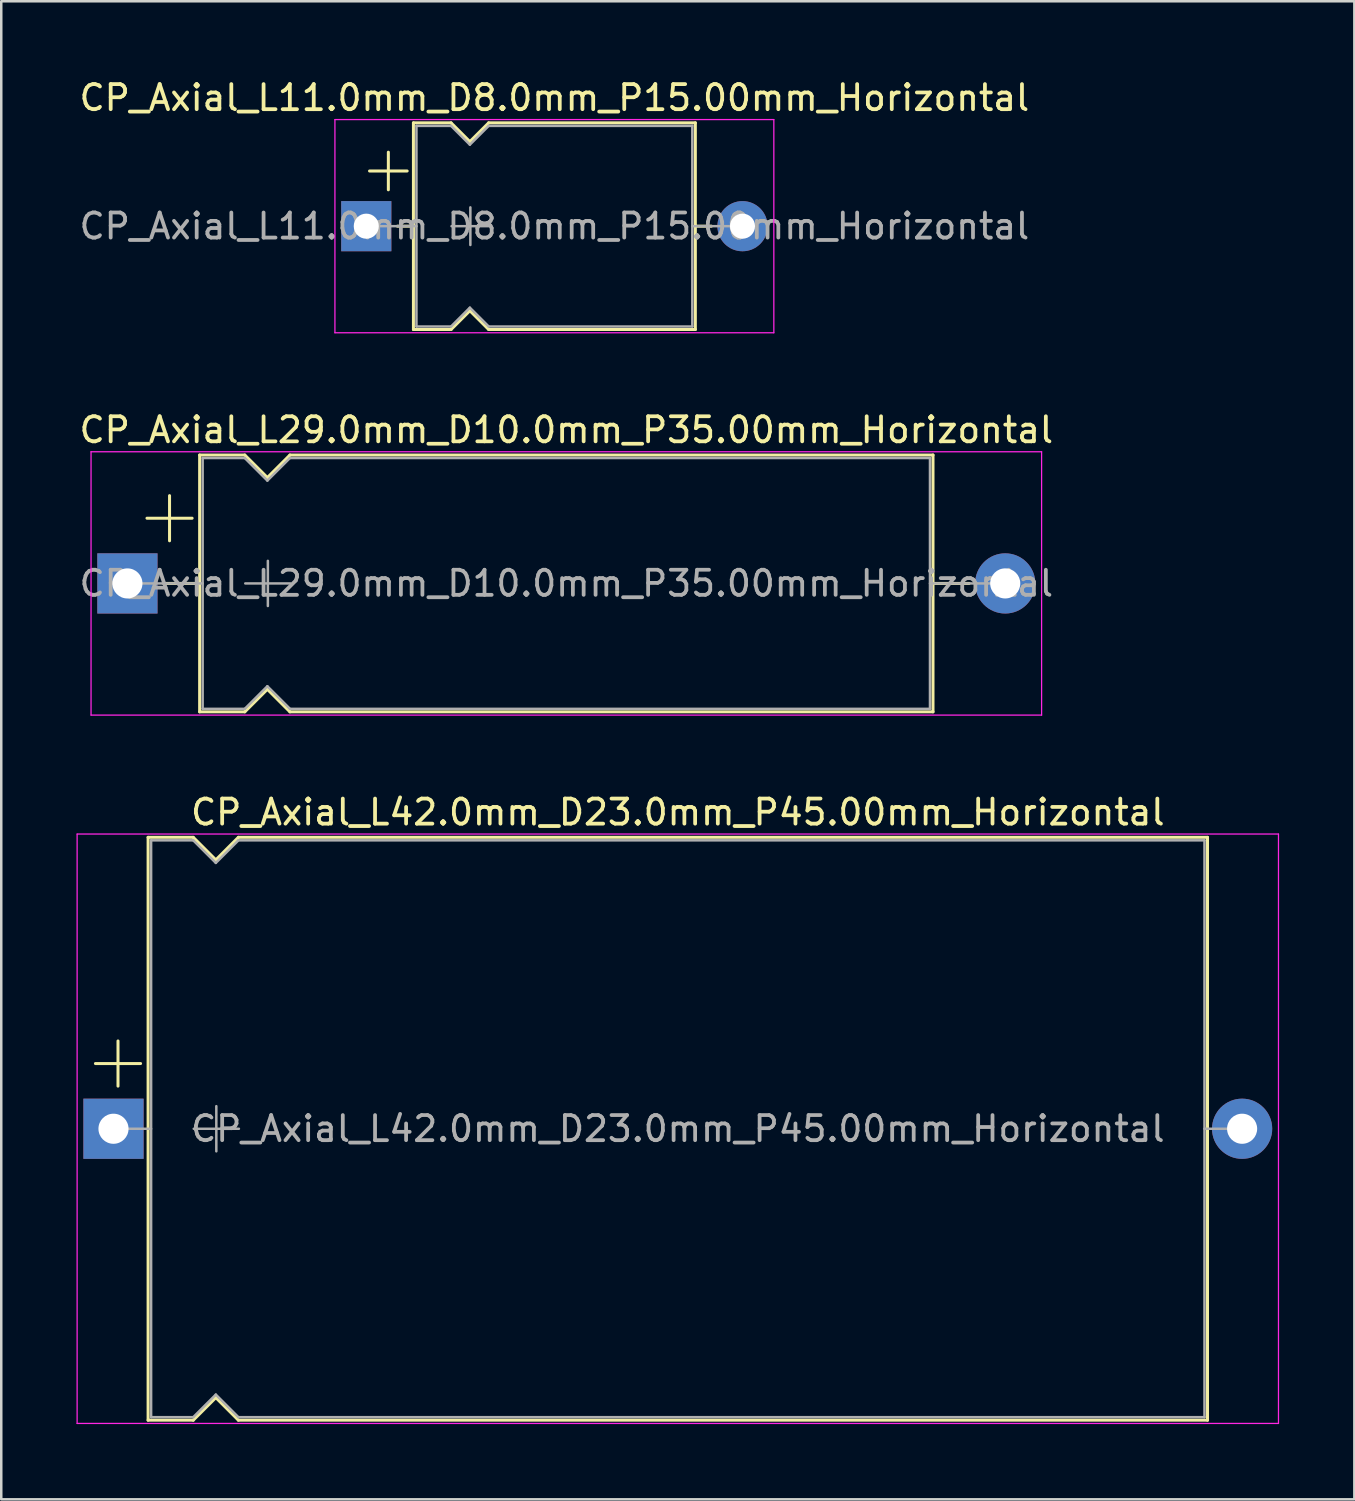
<source format=kicad_pcb>
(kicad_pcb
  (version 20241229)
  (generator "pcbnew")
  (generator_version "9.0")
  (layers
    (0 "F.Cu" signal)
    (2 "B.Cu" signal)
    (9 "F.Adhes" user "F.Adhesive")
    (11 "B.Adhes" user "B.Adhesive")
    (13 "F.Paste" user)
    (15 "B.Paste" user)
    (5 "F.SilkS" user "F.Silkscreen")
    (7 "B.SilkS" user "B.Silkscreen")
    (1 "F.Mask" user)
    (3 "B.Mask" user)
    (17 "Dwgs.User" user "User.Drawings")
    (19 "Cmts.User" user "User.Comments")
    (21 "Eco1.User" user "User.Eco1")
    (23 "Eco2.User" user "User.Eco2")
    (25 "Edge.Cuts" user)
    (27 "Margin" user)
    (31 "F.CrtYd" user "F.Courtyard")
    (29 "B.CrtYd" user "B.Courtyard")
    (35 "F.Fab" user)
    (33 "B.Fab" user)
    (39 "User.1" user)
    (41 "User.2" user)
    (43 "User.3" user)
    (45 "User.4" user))
  (footprint "CP_Axial_L42.0mm_D23.0mm_P45.00mm_Horizontal"
    (layer "F.Cu")
    (at 1.475 41.955)
    (property "Reference" "CP_Axial_L42.0mm_D23.0mm_P45.00mm_Horizontal" (at 22.5 -12.62 0) (layer "F.SilkS") (effects (font (size 1 1) (thickness 0.15))))
    (attr through_hole)
    (fp_line (start -0.72 -2.6) (end 1.08 -2.6) (stroke (width 0.12) (type solid)) (layer "F.SilkS"))
    (fp_line (start 0.18 -3.5) (end 0.18 -1.7) (stroke (width 0.12) (type solid)) (layer "F.SilkS"))
    (fp_line (start 1.38 -11.62) (end 1.38 11.62) (stroke (width 0.12) (type solid)) (layer "F.SilkS"))
    (fp_line (start 1.38 -11.62) (end 3.18 -11.62) (stroke (width 0.12) (type solid)) (layer "F.SilkS"))
    (fp_line (start 1.38 11.62) (end 3.18 11.62) (stroke (width 0.12) (type solid)) (layer "F.SilkS"))
    (fp_line (start 3.18 -11.62) (end 4.08 -10.72) (stroke (width 0.12) (type solid)) (layer "F.SilkS"))
    (fp_line (start 3.18 11.62) (end 4.08 10.72) (stroke (width 0.12) (type solid)) (layer "F.SilkS"))
    (fp_line (start 4.08 -10.72) (end 4.98 -11.62) (stroke (width 0.12) (type solid)) (layer "F.SilkS"))
    (fp_line (start 4.08 10.72) (end 4.98 11.62) (stroke (width 0.12) (type solid)) (layer "F.SilkS"))
    (fp_line (start 4.98 -11.62) (end 43.62 -11.62) (stroke (width 0.12) (type solid)) (layer "F.SilkS"))
    (fp_line (start 4.98 11.62) (end 43.62 11.62) (stroke (width 0.12) (type solid)) (layer "F.SilkS"))
    (fp_line (start 43.62 -11.62) (end 43.62 11.62) (stroke (width 0.12) (type solid)) (layer "F.SilkS"))
    (fp_line (start -1.45 -11.75) (end -1.45 11.75) (stroke (width 0.05) (type solid)) (layer "F.CrtYd"))
    (fp_line (start -1.45 11.75) (end 46.45 11.75) (stroke (width 0.05) (type solid)) (layer "F.CrtYd"))
    (fp_line (start 46.45 -11.75) (end -1.45 -11.75) (stroke (width 0.05) (type solid)) (layer "F.CrtYd"))
    (fp_line (start 46.45 11.75) (end 46.45 -11.75) (stroke (width 0.05) (type solid)) (layer "F.CrtYd"))
    (fp_line (start 0 0) (end 1.5 0) (stroke (width 0.1) (type solid)) (layer "F.Fab"))
    (fp_line (start 1.5 -11.5) (end 1.5 11.5) (stroke (width 0.1) (type solid)) (layer "F.Fab"))
    (fp_line (start 1.5 -11.5) (end 3.18 -11.5) (stroke (width 0.1) (type solid)) (layer "F.Fab"))
    (fp_line (start 1.5 11.5) (end 3.18 11.5) (stroke (width 0.1) (type solid)) (layer "F.Fab"))
    (fp_line (start 3.18 -11.5) (end 4.08 -10.6) (stroke (width 0.1) (type solid)) (layer "F.Fab"))
    (fp_line (start 3.18 11.5) (end 4.08 10.6) (stroke (width 0.1) (type solid)) (layer "F.Fab"))
    (fp_line (start 3.2 0) (end 5 0) (stroke (width 0.1) (type solid)) (layer "F.Fab"))
    (fp_line (start 4.08 -10.6) (end 4.98 -11.5) (stroke (width 0.1) (type solid)) (layer "F.Fab"))
    (fp_line (start 4.08 10.6) (end 4.98 11.5) (stroke (width 0.1) (type solid)) (layer "F.Fab"))
    (fp_line (start 4.1 -0.9) (end 4.1 0.9) (stroke (width 0.1) (type solid)) (layer "F.Fab"))
    (fp_line (start 4.98 -11.5) (end 43.5 -11.5) (stroke (width 0.1) (type solid)) (layer "F.Fab"))
    (fp_line (start 4.98 11.5) (end 43.5 11.5) (stroke (width 0.1) (type solid)) (layer "F.Fab"))
    (fp_line (start 43.5 -11.5) (end 43.5 11.5) (stroke (width 0.1) (type solid)) (layer "F.Fab"))
    (fp_line (start 45 0) (end 43.5 0) (stroke (width 0.1) (type solid)) (layer "F.Fab"))
    (fp_text user "${REFERENCE}" (at 22.5 0 0) (layer "F.Fab") (effects (font (size 1 1) (thickness 0.15))))
    (pad "1" thru_hole rect (at 0 0) (size 2.4 2.4) (drill 1.2) (layers "*.Cu" "*.Mask"))
    (pad "2" thru_hole oval (at 45 0) (size 2.4 2.4) (drill 1.2) (layers "*.Cu" "*.Mask")))
  (footprint "CP_Axial_L29.0mm_D10.0mm_P35.00mm_Horizontal"
    (layer "F.Cu")
    (at 2.03 20.212)
    (property "Reference" "CP_Axial_L29.0mm_D10.0mm_P35.00mm_Horizontal" (at 17.5 -6.12 0) (layer "F.SilkS") (effects (font (size 1 1) (thickness 0.15))))
    (attr through_hole)
    (fp_line (start 0.78 -2.6) (end 2.58 -2.6) (stroke (width 0.12) (type solid)) (layer "F.SilkS"))
    (fp_line (start 1.44 0) (end 2.88 0) (stroke (width 0.12) (type solid)) (layer "F.SilkS"))
    (fp_line (start 1.68 -3.5) (end 1.68 -1.7) (stroke (width 0.12) (type solid)) (layer "F.SilkS"))
    (fp_line (start 2.88 -5.12) (end 2.88 5.12) (stroke (width 0.12) (type solid)) (layer "F.SilkS"))
    (fp_line (start 2.88 -5.12) (end 4.68 -5.12) (stroke (width 0.12) (type solid)) (layer "F.SilkS"))
    (fp_line (start 2.88 5.12) (end 4.68 5.12) (stroke (width 0.12) (type solid)) (layer "F.SilkS"))
    (fp_line (start 4.68 -5.12) (end 5.58 -4.22) (stroke (width 0.12) (type solid)) (layer "F.SilkS"))
    (fp_line (start 4.68 5.12) (end 5.58 4.22) (stroke (width 0.12) (type solid)) (layer "F.SilkS"))
    (fp_line (start 5.58 -4.22) (end 6.48 -5.12) (stroke (width 0.12) (type solid)) (layer "F.SilkS"))
    (fp_line (start 5.58 4.22) (end 6.48 5.12) (stroke (width 0.12) (type solid)) (layer "F.SilkS"))
    (fp_line (start 6.48 -5.12) (end 32.12 -5.12) (stroke (width 0.12) (type solid)) (layer "F.SilkS"))
    (fp_line (start 6.48 5.12) (end 32.12 5.12) (stroke (width 0.12) (type solid)) (layer "F.SilkS"))
    (fp_line (start 32.12 -5.12) (end 32.12 5.12) (stroke (width 0.12) (type solid)) (layer "F.SilkS"))
    (fp_line (start 33.56 0) (end 32.12 0) (stroke (width 0.12) (type solid)) (layer "F.SilkS"))
    (fp_line (start -1.45 -5.25) (end -1.45 5.25) (stroke (width 0.05) (type solid)) (layer "F.CrtYd"))
    (fp_line (start -1.45 5.25) (end 36.45 5.25) (stroke (width 0.05) (type solid)) (layer "F.CrtYd"))
    (fp_line (start 36.45 -5.25) (end -1.45 -5.25) (stroke (width 0.05) (type solid)) (layer "F.CrtYd"))
    (fp_line (start 36.45 5.25) (end 36.45 -5.25) (stroke (width 0.05) (type solid)) (layer "F.CrtYd"))
    (fp_line (start 0 0) (end 3 0) (stroke (width 0.1) (type solid)) (layer "F.Fab"))
    (fp_line (start 3 -5) (end 3 5) (stroke (width 0.1) (type solid)) (layer "F.Fab"))
    (fp_line (start 3 -5) (end 4.68 -5) (stroke (width 0.1) (type solid)) (layer "F.Fab"))
    (fp_line (start 3 5) (end 4.68 5) (stroke (width 0.1) (type solid)) (layer "F.Fab"))
    (fp_line (start 4.68 -5) (end 5.58 -4.1) (stroke (width 0.1) (type solid)) (layer "F.Fab"))
    (fp_line (start 4.68 5) (end 5.58 4.1) (stroke (width 0.1) (type solid)) (layer "F.Fab"))
    (fp_line (start 4.7 0) (end 6.5 0) (stroke (width 0.1) (type solid)) (layer "F.Fab"))
    (fp_line (start 5.58 -4.1) (end 6.48 -5) (stroke (width 0.1) (type solid)) (layer "F.Fab"))
    (fp_line (start 5.58 4.1) (end 6.48 5) (stroke (width 0.1) (type solid)) (layer "F.Fab"))
    (fp_line (start 5.6 -0.9) (end 5.6 0.9) (stroke (width 0.1) (type solid)) (layer "F.Fab"))
    (fp_line (start 6.48 -5) (end 32 -5) (stroke (width 0.1) (type solid)) (layer "F.Fab"))
    (fp_line (start 6.48 5) (end 32 5) (stroke (width 0.1) (type solid)) (layer "F.Fab"))
    (fp_line (start 32 -5) (end 32 5) (stroke (width 0.1) (type solid)) (layer "F.Fab"))
    (fp_line (start 35 0) (end 32 0) (stroke (width 0.1) (type solid)) (layer "F.Fab"))
    (fp_text user "${REFERENCE}" (at 17.5 0 0) (layer "F.Fab") (effects (font (size 1 1) (thickness 0.15))))
    (pad "1" thru_hole rect (at 0 0) (size 2.4 2.4) (drill 1.2) (layers "*.Cu" "*.Mask"))
    (pad "2" thru_hole oval (at 35 0) (size 2.4 2.4) (drill 1.2) (layers "*.Cu" "*.Mask")))
  (footprint "CP_Axial_L11.0mm_D8.0mm_P15.00mm_Horizontal"
    (layer "F.Cu")
    (at 11.554 5.968)
    (property "Reference" "CP_Axial_L11.0mm_D8.0mm_P15.00mm_Horizontal" (at 7.5 -5.12 0) (layer "F.SilkS") (effects (font (size 1 1) (thickness 0.15))))
    (attr through_hole)
    (fp_line (start 0.13 -2.2) (end 1.63 -2.2) (stroke (width 0.12) (type solid)) (layer "F.SilkS"))
    (fp_line (start 0.88 -2.95) (end 0.88 -1.45) (stroke (width 0.12) (type solid)) (layer "F.SilkS"))
    (fp_line (start 1.24 0) (end 1.88 0) (stroke (width 0.12) (type solid)) (layer "F.SilkS"))
    (fp_line (start 1.88 -4.12) (end 1.88 4.12) (stroke (width 0.12) (type solid)) (layer "F.SilkS"))
    (fp_line (start 1.88 -4.12) (end 3.38 -4.12) (stroke (width 0.12) (type solid)) (layer "F.SilkS"))
    (fp_line (start 1.88 4.12) (end 3.38 4.12) (stroke (width 0.12) (type solid)) (layer "F.SilkS"))
    (fp_line (start 3.38 -4.12) (end 4.13 -3.37) (stroke (width 0.12) (type solid)) (layer "F.SilkS"))
    (fp_line (start 3.38 4.12) (end 4.13 3.37) (stroke (width 0.12) (type solid)) (layer "F.SilkS"))
    (fp_line (start 4.13 -3.37) (end 4.88 -4.12) (stroke (width 0.12) (type solid)) (layer "F.SilkS"))
    (fp_line (start 4.13 3.37) (end 4.88 4.12) (stroke (width 0.12) (type solid)) (layer "F.SilkS"))
    (fp_line (start 4.88 -4.12) (end 13.12 -4.12) (stroke (width 0.12) (type solid)) (layer "F.SilkS"))
    (fp_line (start 4.88 4.12) (end 13.12 4.12) (stroke (width 0.12) (type solid)) (layer "F.SilkS"))
    (fp_line (start 13.12 -4.12) (end 13.12 4.12) (stroke (width 0.12) (type solid)) (layer "F.SilkS"))
    (fp_line (start 13.76 0) (end 13.12 0) (stroke (width 0.12) (type solid)) (layer "F.SilkS"))
    (fp_line (start -1.25 -4.25) (end -1.25 4.25) (stroke (width 0.05) (type solid)) (layer "F.CrtYd"))
    (fp_line (start -1.25 4.25) (end 16.25 4.25) (stroke (width 0.05) (type solid)) (layer "F.CrtYd"))
    (fp_line (start 16.25 -4.25) (end -1.25 -4.25) (stroke (width 0.05) (type solid)) (layer "F.CrtYd"))
    (fp_line (start 16.25 4.25) (end 16.25 -4.25) (stroke (width 0.05) (type solid)) (layer "F.CrtYd"))
    (fp_line (start 0 0) (end 2 0) (stroke (width 0.1) (type solid)) (layer "F.Fab"))
    (fp_line (start 2 -4) (end 2 4) (stroke (width 0.1) (type solid)) (layer "F.Fab"))
    (fp_line (start 2 -4) (end 3.38 -4) (stroke (width 0.1) (type solid)) (layer "F.Fab"))
    (fp_line (start 2 4) (end 3.38 4) (stroke (width 0.1) (type solid)) (layer "F.Fab"))
    (fp_line (start 3.38 -4) (end 4.13 -3.25) (stroke (width 0.1) (type solid)) (layer "F.Fab"))
    (fp_line (start 3.38 4) (end 4.13 3.25) (stroke (width 0.1) (type solid)) (layer "F.Fab"))
    (fp_line (start 3.4 0) (end 4.9 0) (stroke (width 0.1) (type solid)) (layer "F.Fab"))
    (fp_line (start 4.13 -3.25) (end 4.88 -4) (stroke (width 0.1) (type solid)) (layer "F.Fab"))
    (fp_line (start 4.13 3.25) (end 4.88 4) (stroke (width 0.1) (type solid)) (layer "F.Fab"))
    (fp_line (start 4.15 -0.75) (end 4.15 0.75) (stroke (width 0.1) (type solid)) (layer "F.Fab"))
    (fp_line (start 4.88 -4) (end 13 -4) (stroke (width 0.1) (type solid)) (layer "F.Fab"))
    (fp_line (start 4.88 4) (end 13 4) (stroke (width 0.1) (type solid)) (layer "F.Fab"))
    (fp_line (start 13 -4) (end 13 4) (stroke (width 0.1) (type solid)) (layer "F.Fab"))
    (fp_line (start 15 0) (end 13 0) (stroke (width 0.1) (type solid)) (layer "F.Fab"))
    (fp_text user "${REFERENCE}" (at 7.5 0 0) (layer "F.Fab") (effects (font (size 1 1) (thickness 0.15))))
    (pad "1" thru_hole rect (at 0 0) (size 2 2) (drill 1) (layers "*.Cu" "*.Mask"))
    (pad "2" thru_hole oval (at 15 0) (size 2 2) (drill 1) (layers "*.Cu" "*.Mask")))
  (gr_rect
    (start -3 -3)
    (end 50.95 56.73)
    (stroke (width 0.1) (type default))
    (fill no)
    (layer "Edge.Cuts")))
</source>
